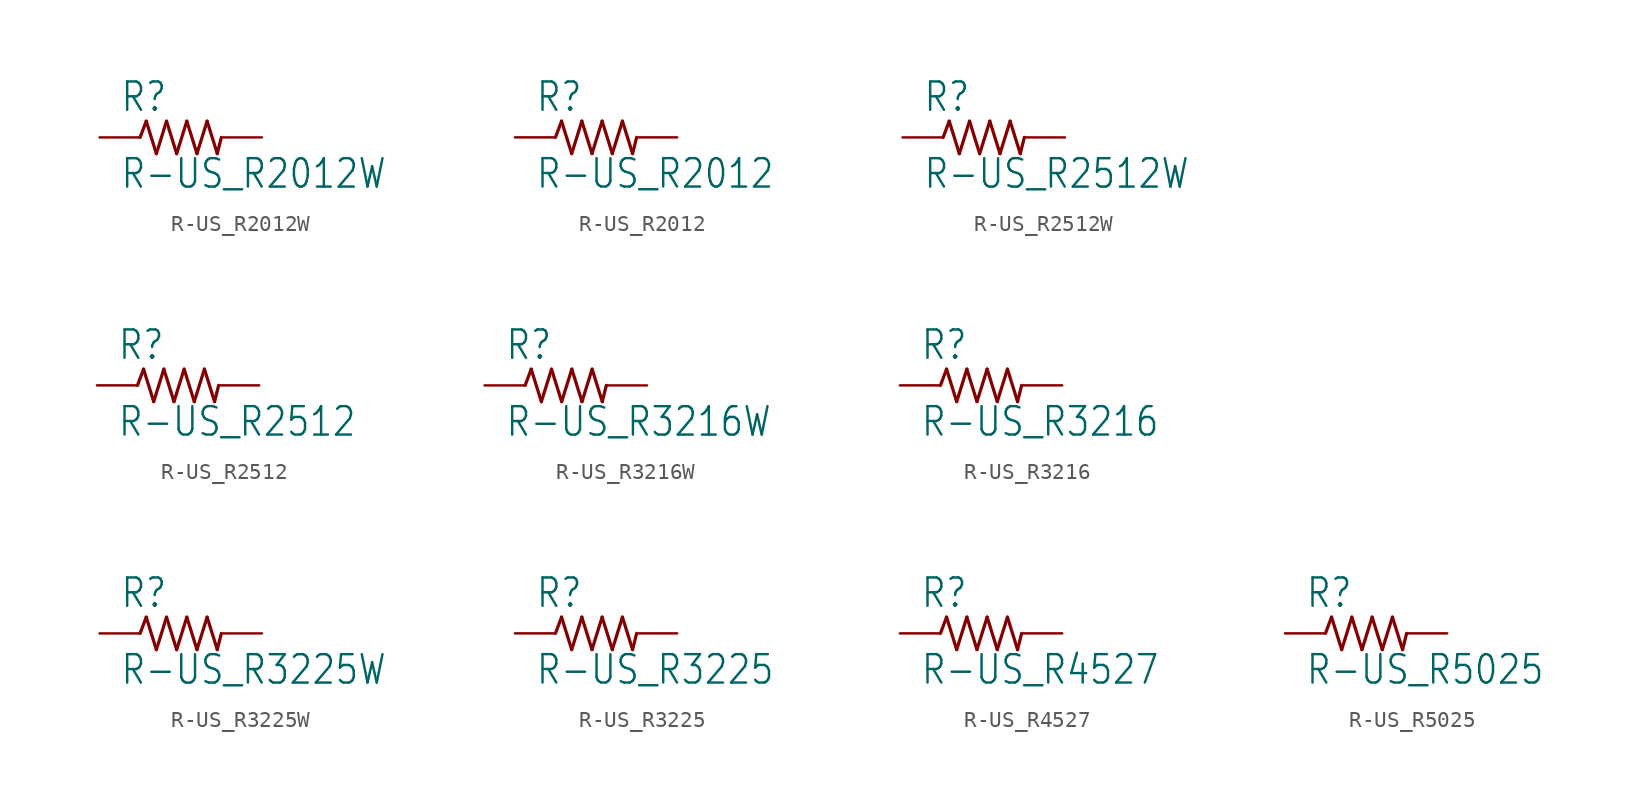
<source format=kicad_sym>
(kicad_symbol_lib
  (version 20220331)
  (generator kicad_symbol_editor)
  (symbol "R-US_R2012W"
    (property "Reference" "R"
      (at -3.81 1.499 0)
      (effects (font (size 1.778 1.511)) (justify left bottom)))
    (property "Value" "R-US_R2012W"
      (at -3.81 -3.302 0)
      (effects (font (size 1.778 1.511)) (justify left bottom)))
    (property "ki_locked" ""
      (at 0 0 0)
      (effects (font (size 1.27 1.27))))
    (symbol "R-US_R2012W_1_0"
      (polyline (pts (xy -2.54 0) (xy -2.159 1.016)) (stroke (width 0.203) (type solid)) (fill (type none)))
      (polyline (pts (xy -2.159 1.016) (xy -1.524 -1.016)) (stroke (width 0.203) (type solid)) (fill (type none)))
      (polyline (pts (xy -1.524 -1.016) (xy -0.889 1.016)) (stroke (width 0.203) (type solid)) (fill (type none)))
      (polyline (pts (xy -0.889 1.016) (xy -0.254 -1.016)) (stroke (width 0.203) (type solid)) (fill (type none)))
      (polyline (pts (xy -0.254 -1.016) (xy 0.381 1.016)) (stroke (width 0.203) (type solid)) (fill (type none)))
      (polyline (pts (xy 0.381 1.016) (xy 1.016 -1.016)) (stroke (width 0.203) (type solid)) (fill (type none)))
      (polyline (pts (xy 1.016 -1.016) (xy 1.651 1.016)) (stroke (width 0.203) (type solid)) (fill (type none)))
      (polyline (pts (xy 1.651 1.016) (xy 2.286 -1.016)) (stroke (width 0.203) (type solid)) (fill (type none)))
      (polyline (pts (xy 2.286 -1.016) (xy 2.54 0)) (stroke (width 0.203) (type solid)) (fill (type none)))
      (pin passive line (at -5.08 0 0) (length 2.54) (name "1" (effects (font (size 0 0)))) (number "1" (effects (font (size 0 0)))))
      (pin passive line (at 5.08 0 180) (length 2.54) (name "2" (effects (font (size 0 0)))) (number "2" (effects (font (size 0 0)))))))
  (symbol "R-US_R2012"
    (property "Reference" "R"
      (at -3.81 1.499 0)
      (effects (font (size 1.778 1.511)) (justify left bottom)))
    (property "Value" "R-US_R2012"
      (at -3.81 -3.302 0)
      (effects (font (size 1.778 1.511)) (justify left bottom)))
    (property "ki_locked" ""
      (at 0 0 0)
      (effects (font (size 1.27 1.27))))
    (symbol "R-US_R2012_1_0"
      (polyline (pts (xy -2.54 0) (xy -2.159 1.016)) (stroke (width 0.203) (type solid)) (fill (type none)))
      (polyline (pts (xy -2.159 1.016) (xy -1.524 -1.016)) (stroke (width 0.203) (type solid)) (fill (type none)))
      (polyline (pts (xy -1.524 -1.016) (xy -0.889 1.016)) (stroke (width 0.203) (type solid)) (fill (type none)))
      (polyline (pts (xy -0.889 1.016) (xy -0.254 -1.016)) (stroke (width 0.203) (type solid)) (fill (type none)))
      (polyline (pts (xy -0.254 -1.016) (xy 0.381 1.016)) (stroke (width 0.203) (type solid)) (fill (type none)))
      (polyline (pts (xy 0.381 1.016) (xy 1.016 -1.016)) (stroke (width 0.203) (type solid)) (fill (type none)))
      (polyline (pts (xy 1.016 -1.016) (xy 1.651 1.016)) (stroke (width 0.203) (type solid)) (fill (type none)))
      (polyline (pts (xy 1.651 1.016) (xy 2.286 -1.016)) (stroke (width 0.203) (type solid)) (fill (type none)))
      (polyline (pts (xy 2.286 -1.016) (xy 2.54 0)) (stroke (width 0.203) (type solid)) (fill (type none)))
      (pin passive line (at -5.08 0 0) (length 2.54) (name "1" (effects (font (size 0 0)))) (number "1" (effects (font (size 0 0)))))
      (pin passive line (at 5.08 0 180) (length 2.54) (name "2" (effects (font (size 0 0)))) (number "2" (effects (font (size 0 0)))))))
  (symbol "R-US_R2512W"
    (property "Reference" "R"
      (at -3.81 1.499 0)
      (effects (font (size 1.778 1.511)) (justify left bottom)))
    (property "Value" "R-US_R2512W"
      (at -3.81 -3.302 0)
      (effects (font (size 1.778 1.511)) (justify left bottom)))
    (property "ki_locked" ""
      (at 0 0 0)
      (effects (font (size 1.27 1.27))))
    (symbol "R-US_R2512W_1_0"
      (polyline (pts (xy -2.54 0) (xy -2.159 1.016)) (stroke (width 0.203) (type solid)) (fill (type none)))
      (polyline (pts (xy -2.159 1.016) (xy -1.524 -1.016)) (stroke (width 0.203) (type solid)) (fill (type none)))
      (polyline (pts (xy -1.524 -1.016) (xy -0.889 1.016)) (stroke (width 0.203) (type solid)) (fill (type none)))
      (polyline (pts (xy -0.889 1.016) (xy -0.254 -1.016)) (stroke (width 0.203) (type solid)) (fill (type none)))
      (polyline (pts (xy -0.254 -1.016) (xy 0.381 1.016)) (stroke (width 0.203) (type solid)) (fill (type none)))
      (polyline (pts (xy 0.381 1.016) (xy 1.016 -1.016)) (stroke (width 0.203) (type solid)) (fill (type none)))
      (polyline (pts (xy 1.016 -1.016) (xy 1.651 1.016)) (stroke (width 0.203) (type solid)) (fill (type none)))
      (polyline (pts (xy 1.651 1.016) (xy 2.286 -1.016)) (stroke (width 0.203) (type solid)) (fill (type none)))
      (polyline (pts (xy 2.286 -1.016) (xy 2.54 0)) (stroke (width 0.203) (type solid)) (fill (type none)))
      (pin passive line (at -5.08 0 0) (length 2.54) (name "1" (effects (font (size 0 0)))) (number "1" (effects (font (size 0 0)))))
      (pin passive line (at 5.08 0 180) (length 2.54) (name "2" (effects (font (size 0 0)))) (number "2" (effects (font (size 0 0)))))))
  (symbol "R-US_R2512"
    (property "Reference" "R"
      (at -3.81 1.499 0)
      (effects (font (size 1.778 1.511)) (justify left bottom)))
    (property "Value" "R-US_R2512"
      (at -3.81 -3.302 0)
      (effects (font (size 1.778 1.511)) (justify left bottom)))
    (property "ki_locked" ""
      (at 0 0 0)
      (effects (font (size 1.27 1.27))))
    (symbol "R-US_R2512_1_0"
      (polyline (pts (xy -2.54 0) (xy -2.159 1.016)) (stroke (width 0.203) (type solid)) (fill (type none)))
      (polyline (pts (xy -2.159 1.016) (xy -1.524 -1.016)) (stroke (width 0.203) (type solid)) (fill (type none)))
      (polyline (pts (xy -1.524 -1.016) (xy -0.889 1.016)) (stroke (width 0.203) (type solid)) (fill (type none)))
      (polyline (pts (xy -0.889 1.016) (xy -0.254 -1.016)) (stroke (width 0.203) (type solid)) (fill (type none)))
      (polyline (pts (xy -0.254 -1.016) (xy 0.381 1.016)) (stroke (width 0.203) (type solid)) (fill (type none)))
      (polyline (pts (xy 0.381 1.016) (xy 1.016 -1.016)) (stroke (width 0.203) (type solid)) (fill (type none)))
      (polyline (pts (xy 1.016 -1.016) (xy 1.651 1.016)) (stroke (width 0.203) (type solid)) (fill (type none)))
      (polyline (pts (xy 1.651 1.016) (xy 2.286 -1.016)) (stroke (width 0.203) (type solid)) (fill (type none)))
      (polyline (pts (xy 2.286 -1.016) (xy 2.54 0)) (stroke (width 0.203) (type solid)) (fill (type none)))
      (pin passive line (at -5.08 0 0) (length 2.54) (name "1" (effects (font (size 0 0)))) (number "1" (effects (font (size 0 0)))))
      (pin passive line (at 5.08 0 180) (length 2.54) (name "2" (effects (font (size 0 0)))) (number "2" (effects (font (size 0 0)))))))
  (symbol "R-US_R3216W"
    (property "Reference" "R"
      (at -3.81 1.499 0)
      (effects (font (size 1.778 1.511)) (justify left bottom)))
    (property "Value" "R-US_R3216W"
      (at -3.81 -3.302 0)
      (effects (font (size 1.778 1.511)) (justify left bottom)))
    (property "ki_locked" ""
      (at 0 0 0)
      (effects (font (size 1.27 1.27))))
    (symbol "R-US_R3216W_1_0"
      (polyline (pts (xy -2.54 0) (xy -2.159 1.016)) (stroke (width 0.203) (type solid)) (fill (type none)))
      (polyline (pts (xy -2.159 1.016) (xy -1.524 -1.016)) (stroke (width 0.203) (type solid)) (fill (type none)))
      (polyline (pts (xy -1.524 -1.016) (xy -0.889 1.016)) (stroke (width 0.203) (type solid)) (fill (type none)))
      (polyline (pts (xy -0.889 1.016) (xy -0.254 -1.016)) (stroke (width 0.203) (type solid)) (fill (type none)))
      (polyline (pts (xy -0.254 -1.016) (xy 0.381 1.016)) (stroke (width 0.203) (type solid)) (fill (type none)))
      (polyline (pts (xy 0.381 1.016) (xy 1.016 -1.016)) (stroke (width 0.203) (type solid)) (fill (type none)))
      (polyline (pts (xy 1.016 -1.016) (xy 1.651 1.016)) (stroke (width 0.203) (type solid)) (fill (type none)))
      (polyline (pts (xy 1.651 1.016) (xy 2.286 -1.016)) (stroke (width 0.203) (type solid)) (fill (type none)))
      (polyline (pts (xy 2.286 -1.016) (xy 2.54 0)) (stroke (width 0.203) (type solid)) (fill (type none)))
      (pin passive line (at -5.08 0 0) (length 2.54) (name "1" (effects (font (size 0 0)))) (number "1" (effects (font (size 0 0)))))
      (pin passive line (at 5.08 0 180) (length 2.54) (name "2" (effects (font (size 0 0)))) (number "2" (effects (font (size 0 0)))))))
  (symbol "R-US_R3216"
    (property "Reference" "R"
      (at -3.81 1.499 0)
      (effects (font (size 1.778 1.511)) (justify left bottom)))
    (property "Value" "R-US_R3216"
      (at -3.81 -3.302 0)
      (effects (font (size 1.778 1.511)) (justify left bottom)))
    (property "ki_locked" ""
      (at 0 0 0)
      (effects (font (size 1.27 1.27))))
    (symbol "R-US_R3216_1_0"
      (polyline (pts (xy -2.54 0) (xy -2.159 1.016)) (stroke (width 0.203) (type solid)) (fill (type none)))
      (polyline (pts (xy -2.159 1.016) (xy -1.524 -1.016)) (stroke (width 0.203) (type solid)) (fill (type none)))
      (polyline (pts (xy -1.524 -1.016) (xy -0.889 1.016)) (stroke (width 0.203) (type solid)) (fill (type none)))
      (polyline (pts (xy -0.889 1.016) (xy -0.254 -1.016)) (stroke (width 0.203) (type solid)) (fill (type none)))
      (polyline (pts (xy -0.254 -1.016) (xy 0.381 1.016)) (stroke (width 0.203) (type solid)) (fill (type none)))
      (polyline (pts (xy 0.381 1.016) (xy 1.016 -1.016)) (stroke (width 0.203) (type solid)) (fill (type none)))
      (polyline (pts (xy 1.016 -1.016) (xy 1.651 1.016)) (stroke (width 0.203) (type solid)) (fill (type none)))
      (polyline (pts (xy 1.651 1.016) (xy 2.286 -1.016)) (stroke (width 0.203) (type solid)) (fill (type none)))
      (polyline (pts (xy 2.286 -1.016) (xy 2.54 0)) (stroke (width 0.203) (type solid)) (fill (type none)))
      (pin passive line (at -5.08 0 0) (length 2.54) (name "1" (effects (font (size 0 0)))) (number "1" (effects (font (size 0 0)))))
      (pin passive line (at 5.08 0 180) (length 2.54) (name "2" (effects (font (size 0 0)))) (number "2" (effects (font (size 0 0)))))))
  (symbol "R-US_R3225W"
    (property "Reference" "R"
      (at -3.81 1.499 0)
      (effects (font (size 1.778 1.511)) (justify left bottom)))
    (property "Value" "R-US_R3225W"
      (at -3.81 -3.302 0)
      (effects (font (size 1.778 1.511)) (justify left bottom)))
    (property "ki_locked" ""
      (at 0 0 0)
      (effects (font (size 1.27 1.27))))
    (symbol "R-US_R3225W_1_0"
      (polyline (pts (xy -2.54 0) (xy -2.159 1.016)) (stroke (width 0.203) (type solid)) (fill (type none)))
      (polyline (pts (xy -2.159 1.016) (xy -1.524 -1.016)) (stroke (width 0.203) (type solid)) (fill (type none)))
      (polyline (pts (xy -1.524 -1.016) (xy -0.889 1.016)) (stroke (width 0.203) (type solid)) (fill (type none)))
      (polyline (pts (xy -0.889 1.016) (xy -0.254 -1.016)) (stroke (width 0.203) (type solid)) (fill (type none)))
      (polyline (pts (xy -0.254 -1.016) (xy 0.381 1.016)) (stroke (width 0.203) (type solid)) (fill (type none)))
      (polyline (pts (xy 0.381 1.016) (xy 1.016 -1.016)) (stroke (width 0.203) (type solid)) (fill (type none)))
      (polyline (pts (xy 1.016 -1.016) (xy 1.651 1.016)) (stroke (width 0.203) (type solid)) (fill (type none)))
      (polyline (pts (xy 1.651 1.016) (xy 2.286 -1.016)) (stroke (width 0.203) (type solid)) (fill (type none)))
      (polyline (pts (xy 2.286 -1.016) (xy 2.54 0)) (stroke (width 0.203) (type solid)) (fill (type none)))
      (pin passive line (at -5.08 0 0) (length 2.54) (name "1" (effects (font (size 0 0)))) (number "1" (effects (font (size 0 0)))))
      (pin passive line (at 5.08 0 180) (length 2.54) (name "2" (effects (font (size 0 0)))) (number "2" (effects (font (size 0 0)))))))
  (symbol "R-US_R3225"
    (property "Reference" "R"
      (at -3.81 1.499 0)
      (effects (font (size 1.778 1.511)) (justify left bottom)))
    (property "Value" "R-US_R3225"
      (at -3.81 -3.302 0)
      (effects (font (size 1.778 1.511)) (justify left bottom)))
    (property "ki_locked" ""
      (at 0 0 0)
      (effects (font (size 1.27 1.27))))
    (symbol "R-US_R3225_1_0"
      (polyline (pts (xy -2.54 0) (xy -2.159 1.016)) (stroke (width 0.203) (type solid)) (fill (type none)))
      (polyline (pts (xy -2.159 1.016) (xy -1.524 -1.016)) (stroke (width 0.203) (type solid)) (fill (type none)))
      (polyline (pts (xy -1.524 -1.016) (xy -0.889 1.016)) (stroke (width 0.203) (type solid)) (fill (type none)))
      (polyline (pts (xy -0.889 1.016) (xy -0.254 -1.016)) (stroke (width 0.203) (type solid)) (fill (type none)))
      (polyline (pts (xy -0.254 -1.016) (xy 0.381 1.016)) (stroke (width 0.203) (type solid)) (fill (type none)))
      (polyline (pts (xy 0.381 1.016) (xy 1.016 -1.016)) (stroke (width 0.203) (type solid)) (fill (type none)))
      (polyline (pts (xy 1.016 -1.016) (xy 1.651 1.016)) (stroke (width 0.203) (type solid)) (fill (type none)))
      (polyline (pts (xy 1.651 1.016) (xy 2.286 -1.016)) (stroke (width 0.203) (type solid)) (fill (type none)))
      (polyline (pts (xy 2.286 -1.016) (xy 2.54 0)) (stroke (width 0.203) (type solid)) (fill (type none)))
      (pin passive line (at -5.08 0 0) (length 2.54) (name "1" (effects (font (size 0 0)))) (number "1" (effects (font (size 0 0)))))
      (pin passive line (at 5.08 0 180) (length 2.54) (name "2" (effects (font (size 0 0)))) (number "2" (effects (font (size 0 0)))))))
  (symbol "R-US_R4527"
    (property "Reference" "R"
      (at -3.81 1.499 0)
      (effects (font (size 1.778 1.511)) (justify left bottom)))
    (property "Value" "R-US_R4527"
      (at -3.81 -3.302 0)
      (effects (font (size 1.778 1.511)) (justify left bottom)))
    (property "ki_locked" ""
      (at 0 0 0)
      (effects (font (size 1.27 1.27))))
    (symbol "R-US_R4527_1_0"
      (polyline (pts (xy -2.54 0) (xy -2.159 1.016)) (stroke (width 0.203) (type solid)) (fill (type none)))
      (polyline (pts (xy -2.159 1.016) (xy -1.524 -1.016)) (stroke (width 0.203) (type solid)) (fill (type none)))
      (polyline (pts (xy -1.524 -1.016) (xy -0.889 1.016)) (stroke (width 0.203) (type solid)) (fill (type none)))
      (polyline (pts (xy -0.889 1.016) (xy -0.254 -1.016)) (stroke (width 0.203) (type solid)) (fill (type none)))
      (polyline (pts (xy -0.254 -1.016) (xy 0.381 1.016)) (stroke (width 0.203) (type solid)) (fill (type none)))
      (polyline (pts (xy 0.381 1.016) (xy 1.016 -1.016)) (stroke (width 0.203) (type solid)) (fill (type none)))
      (polyline (pts (xy 1.016 -1.016) (xy 1.651 1.016)) (stroke (width 0.203) (type solid)) (fill (type none)))
      (polyline (pts (xy 1.651 1.016) (xy 2.286 -1.016)) (stroke (width 0.203) (type solid)) (fill (type none)))
      (polyline (pts (xy 2.286 -1.016) (xy 2.54 0)) (stroke (width 0.203) (type solid)) (fill (type none)))
      (pin passive line (at -5.08 0 0) (length 2.54) (name "1" (effects (font (size 0 0)))) (number "1" (effects (font (size 0 0)))))
      (pin passive line (at 5.08 0 180) (length 2.54) (name "2" (effects (font (size 0 0)))) (number "2" (effects (font (size 0 0)))))))
  (symbol "R-US_R5025"
    (property "Reference" "R"
      (at -3.81 1.499 0)
      (effects (font (size 1.778 1.511)) (justify left bottom)))
    (property "Value" "R-US_R5025"
      (at -3.81 -3.302 0)
      (effects (font (size 1.778 1.511)) (justify left bottom)))
    (property "ki_locked" ""
      (at 0 0 0)
      (effects (font (size 1.27 1.27))))
    (symbol "R-US_R5025_1_0"
      (polyline (pts (xy -2.54 0) (xy -2.159 1.016)) (stroke (width 0.203) (type solid)) (fill (type none)))
      (polyline (pts (xy -2.159 1.016) (xy -1.524 -1.016)) (stroke (width 0.203) (type solid)) (fill (type none)))
      (polyline (pts (xy -1.524 -1.016) (xy -0.889 1.016)) (stroke (width 0.203) (type solid)) (fill (type none)))
      (polyline (pts (xy -0.889 1.016) (xy -0.254 -1.016)) (stroke (width 0.203) (type solid)) (fill (type none)))
      (polyline (pts (xy -0.254 -1.016) (xy 0.381 1.016)) (stroke (width 0.203) (type solid)) (fill (type none)))
      (polyline (pts (xy 0.381 1.016) (xy 1.016 -1.016)) (stroke (width 0.203) (type solid)) (fill (type none)))
      (polyline (pts (xy 1.016 -1.016) (xy 1.651 1.016)) (stroke (width 0.203) (type solid)) (fill (type none)))
      (polyline (pts (xy 1.651 1.016) (xy 2.286 -1.016)) (stroke (width 0.203) (type solid)) (fill (type none)))
      (polyline (pts (xy 2.286 -1.016) (xy 2.54 0)) (stroke (width 0.203) (type solid)) (fill (type none)))
      (pin passive line (at -5.08 0 0) (length 2.54) (name "1" (effects (font (size 0 0)))) (number "1" (effects (font (size 0 0)))))
      (pin passive line (at 5.08 0 180) (length 2.54) (name "2" (effects (font (size 0 0)))) (number "2" (effects (font (size 0 0))))))))
</source>
